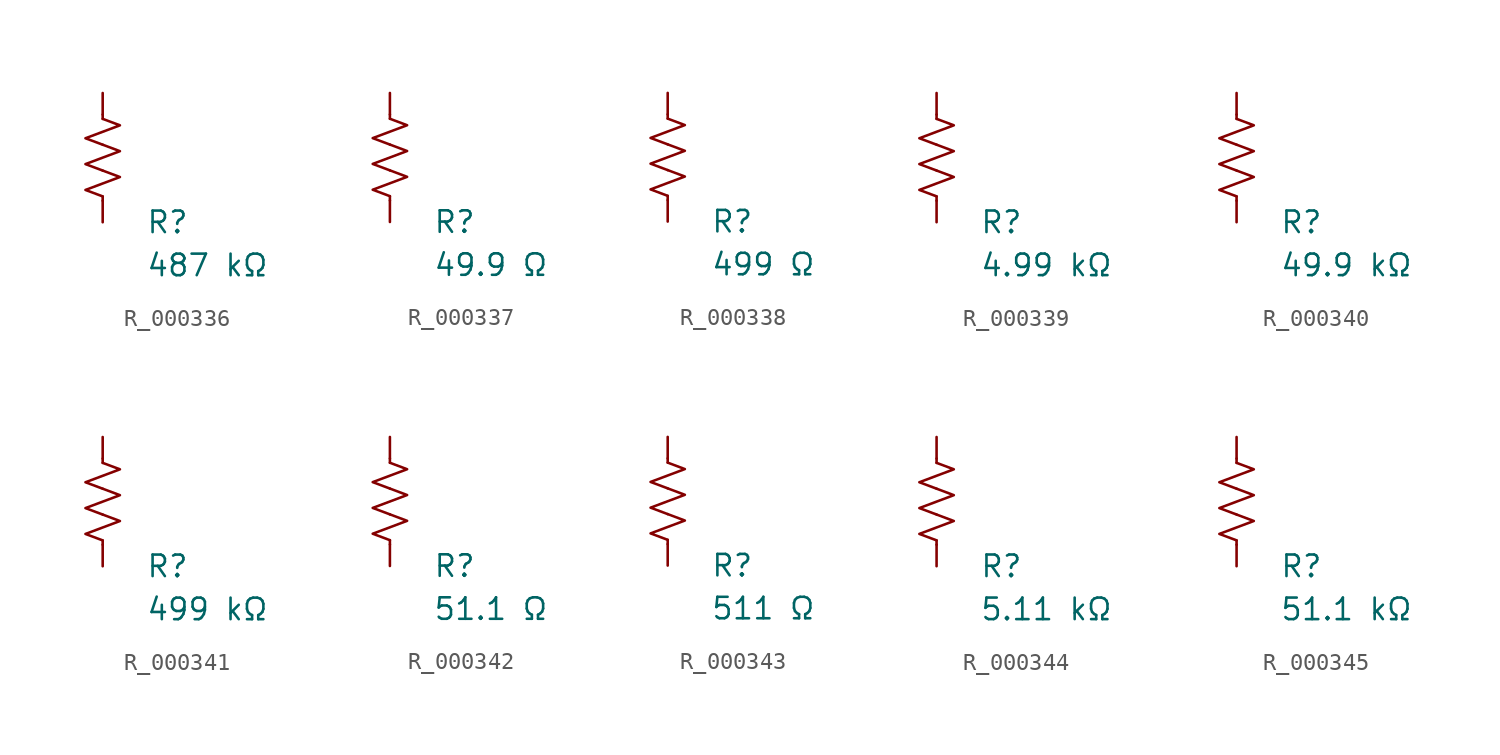
<source format=kicad_sym>
(kicad_symbol_lib
  (version 20231120)
  (generator "kicad_symbol_editor")
  (generator_version "8.0")
  (symbol "R_000336"
    (pin_numbers hide)
    (pin_names
      (offset 0))
    (property "Reference" "R"
      (at 2.54 -3.81 0)
      (effects (font (size 1.27 1.27)) (justify left))
      (show_name no))
    (property "Value" "487 kΩ"
      (at 2.54 -6.35 0)
      (effects (font (size 1.27 1.27)) (justify left))
      (show_name no))
    (symbol "R_000336_0_1"
      (polyline (pts (xy 0 -2.286) (xy 0 -2.54)) (stroke (width 0) (type default)) (fill (type none)))
      (polyline (pts (xy 0 2.286) (xy 0 2.54)) (stroke (width 0) (type default)) (fill (type none)))
      (polyline (pts (xy 0 -0.762) (xy 1.016 -1.143) (xy 0 -1.524) (xy -1.016 -1.905) (xy 0 -2.286)) (stroke (width 0) (type default)) (fill (type none)))
      (polyline (pts (xy 0 0.762) (xy 1.016 0.381) (xy 0 0) (xy -1.016 -0.381) (xy 0 -0.762)) (stroke (width 0) (type default)) (fill (type none)))
      (polyline (pts (xy 0 2.286) (xy 1.016 1.905) (xy 0 1.524) (xy -1.016 1.143) (xy 0 0.762)) (stroke (width 0) (type default)) (fill (type none))))
    (symbol "R_000336_1_1"
      (pin passive line (at 0 3.81 270) (length 1.27) (name "~" (effects (font (size 1.27 1.27)))) (number "1" (effects (font (size 1.27 1.27)))))
      (pin passive line (at 0 -3.81 90) (length 1.27) (name "~" (effects (font (size 1.27 1.27)))) (number "2" (effects (font (size 1.27 1.27)))))))
  (symbol "R_000337"
    (pin_numbers hide)
    (pin_names
      (offset 0))
    (property "Reference" "R"
      (at 2.54 -3.81 0)
      (effects (font (size 1.27 1.27)) (justify left))
      (show_name no))
    (property "Value" "49.9 Ω"
      (at 2.54 -6.35 0)
      (effects (font (size 1.27 1.27)) (justify left))
      (show_name no))
    (symbol "R_000337_0_1"
      (polyline (pts (xy 0 -2.286) (xy 0 -2.54)) (stroke (width 0) (type default)) (fill (type none)))
      (polyline (pts (xy 0 2.286) (xy 0 2.54)) (stroke (width 0) (type default)) (fill (type none)))
      (polyline (pts (xy 0 -0.762) (xy 1.016 -1.143) (xy 0 -1.524) (xy -1.016 -1.905) (xy 0 -2.286)) (stroke (width 0) (type default)) (fill (type none)))
      (polyline (pts (xy 0 0.762) (xy 1.016 0.381) (xy 0 0) (xy -1.016 -0.381) (xy 0 -0.762)) (stroke (width 0) (type default)) (fill (type none)))
      (polyline (pts (xy 0 2.286) (xy 1.016 1.905) (xy 0 1.524) (xy -1.016 1.143) (xy 0 0.762)) (stroke (width 0) (type default)) (fill (type none))))
    (symbol "R_000337_1_1"
      (pin passive line (at 0 3.81 270) (length 1.27) (name "~" (effects (font (size 1.27 1.27)))) (number "1" (effects (font (size 1.27 1.27)))))
      (pin passive line (at 0 -3.81 90) (length 1.27) (name "~" (effects (font (size 1.27 1.27)))) (number "2" (effects (font (size 1.27 1.27)))))))
  (symbol "R_000338"
    (pin_numbers hide)
    (pin_names
      (offset 0))
    (property "Reference" "R"
      (at 2.54 -3.81 0)
      (effects (font (size 1.27 1.27)) (justify left))
      (show_name no))
    (property "Value" "499 Ω"
      (at 2.54 -6.35 0)
      (effects (font (size 1.27 1.27)) (justify left))
      (show_name no))
    (symbol "R_000338_0_1"
      (polyline (pts (xy 0 -2.286) (xy 0 -2.54)) (stroke (width 0) (type default)) (fill (type none)))
      (polyline (pts (xy 0 2.286) (xy 0 2.54)) (stroke (width 0) (type default)) (fill (type none)))
      (polyline (pts (xy 0 -0.762) (xy 1.016 -1.143) (xy 0 -1.524) (xy -1.016 -1.905) (xy 0 -2.286)) (stroke (width 0) (type default)) (fill (type none)))
      (polyline (pts (xy 0 0.762) (xy 1.016 0.381) (xy 0 0) (xy -1.016 -0.381) (xy 0 -0.762)) (stroke (width 0) (type default)) (fill (type none)))
      (polyline (pts (xy 0 2.286) (xy 1.016 1.905) (xy 0 1.524) (xy -1.016 1.143) (xy 0 0.762)) (stroke (width 0) (type default)) (fill (type none))))
    (symbol "R_000338_1_1"
      (pin passive line (at 0 3.81 270) (length 1.27) (name "~" (effects (font (size 1.27 1.27)))) (number "1" (effects (font (size 1.27 1.27)))))
      (pin passive line (at 0 -3.81 90) (length 1.27) (name "~" (effects (font (size 1.27 1.27)))) (number "2" (effects (font (size 1.27 1.27)))))))
  (symbol "R_000339"
    (pin_numbers hide)
    (pin_names
      (offset 0))
    (property "Reference" "R"
      (at 2.54 -3.81 0)
      (effects (font (size 1.27 1.27)) (justify left))
      (show_name no))
    (property "Value" "4.99 kΩ"
      (at 2.54 -6.35 0)
      (effects (font (size 1.27 1.27)) (justify left))
      (show_name no))
    (symbol "R_000339_0_1"
      (polyline (pts (xy 0 -2.286) (xy 0 -2.54)) (stroke (width 0) (type default)) (fill (type none)))
      (polyline (pts (xy 0 2.286) (xy 0 2.54)) (stroke (width 0) (type default)) (fill (type none)))
      (polyline (pts (xy 0 -0.762) (xy 1.016 -1.143) (xy 0 -1.524) (xy -1.016 -1.905) (xy 0 -2.286)) (stroke (width 0) (type default)) (fill (type none)))
      (polyline (pts (xy 0 0.762) (xy 1.016 0.381) (xy 0 0) (xy -1.016 -0.381) (xy 0 -0.762)) (stroke (width 0) (type default)) (fill (type none)))
      (polyline (pts (xy 0 2.286) (xy 1.016 1.905) (xy 0 1.524) (xy -1.016 1.143) (xy 0 0.762)) (stroke (width 0) (type default)) (fill (type none))))
    (symbol "R_000339_1_1"
      (pin passive line (at 0 3.81 270) (length 1.27) (name "~" (effects (font (size 1.27 1.27)))) (number "1" (effects (font (size 1.27 1.27)))))
      (pin passive line (at 0 -3.81 90) (length 1.27) (name "~" (effects (font (size 1.27 1.27)))) (number "2" (effects (font (size 1.27 1.27)))))))
  (symbol "R_000340"
    (pin_numbers hide)
    (pin_names
      (offset 0))
    (property "Reference" "R"
      (at 2.54 -3.81 0)
      (effects (font (size 1.27 1.27)) (justify left))
      (show_name no))
    (property "Value" "49.9 kΩ"
      (at 2.54 -6.35 0)
      (effects (font (size 1.27 1.27)) (justify left))
      (show_name no))
    (symbol "R_000340_0_1"
      (polyline (pts (xy 0 -2.286) (xy 0 -2.54)) (stroke (width 0) (type default)) (fill (type none)))
      (polyline (pts (xy 0 2.286) (xy 0 2.54)) (stroke (width 0) (type default)) (fill (type none)))
      (polyline (pts (xy 0 -0.762) (xy 1.016 -1.143) (xy 0 -1.524) (xy -1.016 -1.905) (xy 0 -2.286)) (stroke (width 0) (type default)) (fill (type none)))
      (polyline (pts (xy 0 0.762) (xy 1.016 0.381) (xy 0 0) (xy -1.016 -0.381) (xy 0 -0.762)) (stroke (width 0) (type default)) (fill (type none)))
      (polyline (pts (xy 0 2.286) (xy 1.016 1.905) (xy 0 1.524) (xy -1.016 1.143) (xy 0 0.762)) (stroke (width 0) (type default)) (fill (type none))))
    (symbol "R_000340_1_1"
      (pin passive line (at 0 3.81 270) (length 1.27) (name "~" (effects (font (size 1.27 1.27)))) (number "1" (effects (font (size 1.27 1.27)))))
      (pin passive line (at 0 -3.81 90) (length 1.27) (name "~" (effects (font (size 1.27 1.27)))) (number "2" (effects (font (size 1.27 1.27)))))))
  (symbol "R_000341"
    (pin_numbers hide)
    (pin_names
      (offset 0))
    (property "Reference" "R"
      (at 2.54 -3.81 0)
      (effects (font (size 1.27 1.27)) (justify left))
      (show_name no))
    (property "Value" "499 kΩ"
      (at 2.54 -6.35 0)
      (effects (font (size 1.27 1.27)) (justify left))
      (show_name no))
    (symbol "R_000341_0_1"
      (polyline (pts (xy 0 -2.286) (xy 0 -2.54)) (stroke (width 0) (type default)) (fill (type none)))
      (polyline (pts (xy 0 2.286) (xy 0 2.54)) (stroke (width 0) (type default)) (fill (type none)))
      (polyline (pts (xy 0 -0.762) (xy 1.016 -1.143) (xy 0 -1.524) (xy -1.016 -1.905) (xy 0 -2.286)) (stroke (width 0) (type default)) (fill (type none)))
      (polyline (pts (xy 0 0.762) (xy 1.016 0.381) (xy 0 0) (xy -1.016 -0.381) (xy 0 -0.762)) (stroke (width 0) (type default)) (fill (type none)))
      (polyline (pts (xy 0 2.286) (xy 1.016 1.905) (xy 0 1.524) (xy -1.016 1.143) (xy 0 0.762)) (stroke (width 0) (type default)) (fill (type none))))
    (symbol "R_000341_1_1"
      (pin passive line (at 0 3.81 270) (length 1.27) (name "~" (effects (font (size 1.27 1.27)))) (number "1" (effects (font (size 1.27 1.27)))))
      (pin passive line (at 0 -3.81 90) (length 1.27) (name "~" (effects (font (size 1.27 1.27)))) (number "2" (effects (font (size 1.27 1.27)))))))
  (symbol "R_000342"
    (pin_numbers hide)
    (pin_names
      (offset 0))
    (property "Reference" "R"
      (at 2.54 -3.81 0)
      (effects (font (size 1.27 1.27)) (justify left))
      (show_name no))
    (property "Value" "51.1 Ω"
      (at 2.54 -6.35 0)
      (effects (font (size 1.27 1.27)) (justify left))
      (show_name no))
    (symbol "R_000342_0_1"
      (polyline (pts (xy 0 -2.286) (xy 0 -2.54)) (stroke (width 0) (type default)) (fill (type none)))
      (polyline (pts (xy 0 2.286) (xy 0 2.54)) (stroke (width 0) (type default)) (fill (type none)))
      (polyline (pts (xy 0 -0.762) (xy 1.016 -1.143) (xy 0 -1.524) (xy -1.016 -1.905) (xy 0 -2.286)) (stroke (width 0) (type default)) (fill (type none)))
      (polyline (pts (xy 0 0.762) (xy 1.016 0.381) (xy 0 0) (xy -1.016 -0.381) (xy 0 -0.762)) (stroke (width 0) (type default)) (fill (type none)))
      (polyline (pts (xy 0 2.286) (xy 1.016 1.905) (xy 0 1.524) (xy -1.016 1.143) (xy 0 0.762)) (stroke (width 0) (type default)) (fill (type none))))
    (symbol "R_000342_1_1"
      (pin passive line (at 0 3.81 270) (length 1.27) (name "~" (effects (font (size 1.27 1.27)))) (number "1" (effects (font (size 1.27 1.27)))))
      (pin passive line (at 0 -3.81 90) (length 1.27) (name "~" (effects (font (size 1.27 1.27)))) (number "2" (effects (font (size 1.27 1.27)))))))
  (symbol "R_000343"
    (pin_numbers hide)
    (pin_names
      (offset 0))
    (property "Reference" "R"
      (at 2.54 -3.81 0)
      (effects (font (size 1.27 1.27)) (justify left))
      (show_name no))
    (property "Value" "511 Ω"
      (at 2.54 -6.35 0)
      (effects (font (size 1.27 1.27)) (justify left))
      (show_name no))
    (symbol "R_000343_0_1"
      (polyline (pts (xy 0 -2.286) (xy 0 -2.54)) (stroke (width 0) (type default)) (fill (type none)))
      (polyline (pts (xy 0 2.286) (xy 0 2.54)) (stroke (width 0) (type default)) (fill (type none)))
      (polyline (pts (xy 0 -0.762) (xy 1.016 -1.143) (xy 0 -1.524) (xy -1.016 -1.905) (xy 0 -2.286)) (stroke (width 0) (type default)) (fill (type none)))
      (polyline (pts (xy 0 0.762) (xy 1.016 0.381) (xy 0 0) (xy -1.016 -0.381) (xy 0 -0.762)) (stroke (width 0) (type default)) (fill (type none)))
      (polyline (pts (xy 0 2.286) (xy 1.016 1.905) (xy 0 1.524) (xy -1.016 1.143) (xy 0 0.762)) (stroke (width 0) (type default)) (fill (type none))))
    (symbol "R_000343_1_1"
      (pin passive line (at 0 3.81 270) (length 1.27) (name "~" (effects (font (size 1.27 1.27)))) (number "1" (effects (font (size 1.27 1.27)))))
      (pin passive line (at 0 -3.81 90) (length 1.27) (name "~" (effects (font (size 1.27 1.27)))) (number "2" (effects (font (size 1.27 1.27)))))))
  (symbol "R_000344"
    (pin_numbers hide)
    (pin_names
      (offset 0))
    (property "Reference" "R"
      (at 2.54 -3.81 0)
      (effects (font (size 1.27 1.27)) (justify left))
      (show_name no))
    (property "Value" "5.11 kΩ"
      (at 2.54 -6.35 0)
      (effects (font (size 1.27 1.27)) (justify left))
      (show_name no))
    (symbol "R_000344_0_1"
      (polyline (pts (xy 0 -2.286) (xy 0 -2.54)) (stroke (width 0) (type default)) (fill (type none)))
      (polyline (pts (xy 0 2.286) (xy 0 2.54)) (stroke (width 0) (type default)) (fill (type none)))
      (polyline (pts (xy 0 -0.762) (xy 1.016 -1.143) (xy 0 -1.524) (xy -1.016 -1.905) (xy 0 -2.286)) (stroke (width 0) (type default)) (fill (type none)))
      (polyline (pts (xy 0 0.762) (xy 1.016 0.381) (xy 0 0) (xy -1.016 -0.381) (xy 0 -0.762)) (stroke (width 0) (type default)) (fill (type none)))
      (polyline (pts (xy 0 2.286) (xy 1.016 1.905) (xy 0 1.524) (xy -1.016 1.143) (xy 0 0.762)) (stroke (width 0) (type default)) (fill (type none))))
    (symbol "R_000344_1_1"
      (pin passive line (at 0 3.81 270) (length 1.27) (name "~" (effects (font (size 1.27 1.27)))) (number "1" (effects (font (size 1.27 1.27)))))
      (pin passive line (at 0 -3.81 90) (length 1.27) (name "~" (effects (font (size 1.27 1.27)))) (number "2" (effects (font (size 1.27 1.27)))))))
  (symbol "R_000345"
    (pin_numbers hide)
    (pin_names
      (offset 0))
    (property "Reference" "R"
      (at 2.54 -3.81 0)
      (effects (font (size 1.27 1.27)) (justify left))
      (show_name no))
    (property "Value" "51.1 kΩ"
      (at 2.54 -6.35 0)
      (effects (font (size 1.27 1.27)) (justify left))
      (show_name no))
    (symbol "R_000345_0_1"
      (polyline (pts (xy 0 -2.286) (xy 0 -2.54)) (stroke (width 0) (type default)) (fill (type none)))
      (polyline (pts (xy 0 2.286) (xy 0 2.54)) (stroke (width 0) (type default)) (fill (type none)))
      (polyline (pts (xy 0 -0.762) (xy 1.016 -1.143) (xy 0 -1.524) (xy -1.016 -1.905) (xy 0 -2.286)) (stroke (width 0) (type default)) (fill (type none)))
      (polyline (pts (xy 0 0.762) (xy 1.016 0.381) (xy 0 0) (xy -1.016 -0.381) (xy 0 -0.762)) (stroke (width 0) (type default)) (fill (type none)))
      (polyline (pts (xy 0 2.286) (xy 1.016 1.905) (xy 0 1.524) (xy -1.016 1.143) (xy 0 0.762)) (stroke (width 0) (type default)) (fill (type none))))
    (symbol "R_000345_1_1"
      (pin passive line (at 0 3.81 270) (length 1.27) (name "~" (effects (font (size 1.27 1.27)))) (number "1" (effects (font (size 1.27 1.27)))))
      (pin passive line (at 0 -3.81 90) (length 1.27) (name "~" (effects (font (size 1.27 1.27)))) (number "2" (effects (font (size 1.27 1.27))))))))
</source>
